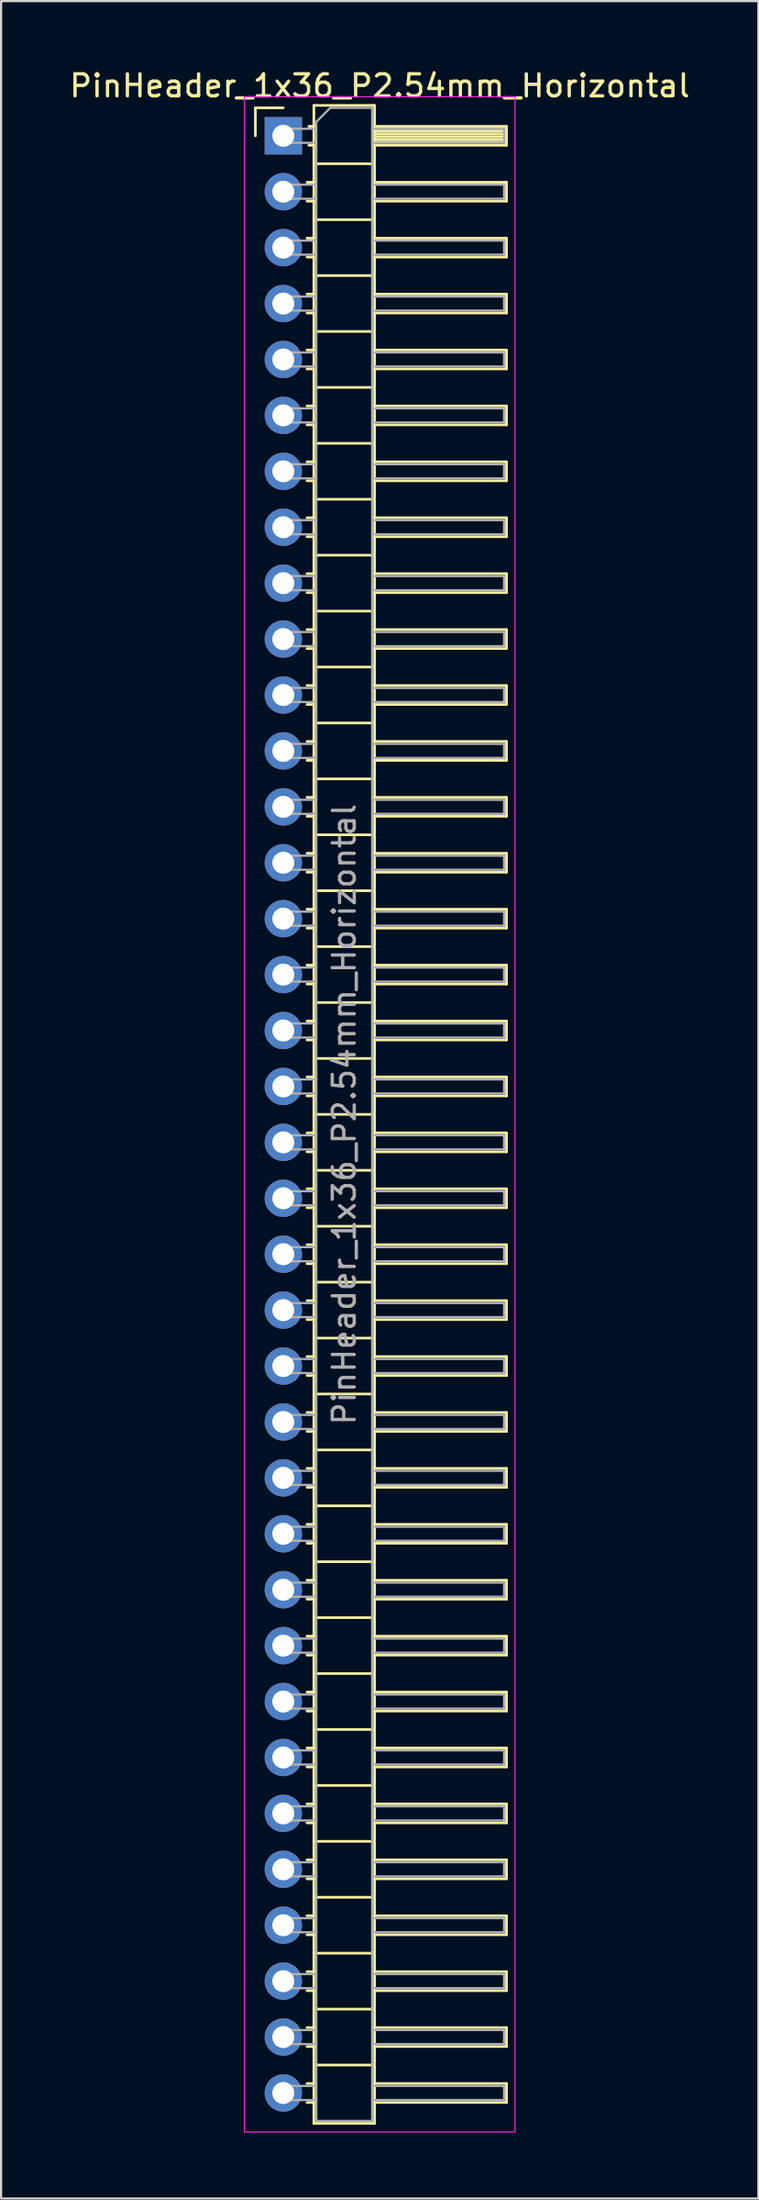
<source format=kicad_pcb>
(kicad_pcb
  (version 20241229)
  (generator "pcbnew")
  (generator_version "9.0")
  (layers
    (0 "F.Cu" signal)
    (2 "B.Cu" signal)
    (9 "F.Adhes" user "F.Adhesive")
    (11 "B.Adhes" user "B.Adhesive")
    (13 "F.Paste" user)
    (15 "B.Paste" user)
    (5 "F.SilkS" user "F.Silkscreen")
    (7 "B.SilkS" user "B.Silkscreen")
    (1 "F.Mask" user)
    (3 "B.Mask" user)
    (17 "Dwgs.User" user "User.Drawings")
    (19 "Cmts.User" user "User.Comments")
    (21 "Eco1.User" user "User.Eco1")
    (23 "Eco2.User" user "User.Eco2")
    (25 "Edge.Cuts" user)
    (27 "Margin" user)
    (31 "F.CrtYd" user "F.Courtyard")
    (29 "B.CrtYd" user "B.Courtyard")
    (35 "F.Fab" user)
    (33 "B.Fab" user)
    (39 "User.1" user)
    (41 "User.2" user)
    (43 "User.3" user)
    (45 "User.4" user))
  (footprint "PinHeader_1x36_P2.54mm_Horizontal"
    (layer "F.Cu")
    (at 9.835 3.118)
    (property "Reference" "PinHeader_1x36_P2.54mm_Horizontal" (at 4.385 -2.27 0) (layer "F.SilkS") (effects (font (size 1 1) (thickness 0.15))))
    (attr through_hole)
    (fp_line (start -1.27 -1.27) (end 0 -1.27) (stroke (width 0.12) (type solid)) (layer "F.SilkS"))
    (fp_line (start -1.27 0) (end -1.27 -1.27) (stroke (width 0.12) (type solid)) (layer "F.SilkS"))
    (fp_line (start 1.077 2.11) (end 1.39 2.11) (stroke (width 0.12) (type solid)) (layer "F.SilkS"))
    (fp_line (start 1.077 2.97) (end 1.39 2.97) (stroke (width 0.12) (type solid)) (layer "F.SilkS"))
    (fp_line (start 1.077 4.65) (end 1.39 4.65) (stroke (width 0.12) (type solid)) (layer "F.SilkS"))
    (fp_line (start 1.077 5.51) (end 1.39 5.51) (stroke (width 0.12) (type solid)) (layer "F.SilkS"))
    (fp_line (start 1.077 7.19) (end 1.39 7.19) (stroke (width 0.12) (type solid)) (layer "F.SilkS"))
    (fp_line (start 1.077 8.05) (end 1.39 8.05) (stroke (width 0.12) (type solid)) (layer "F.SilkS"))
    (fp_line (start 1.077 9.73) (end 1.39 9.73) (stroke (width 0.12) (type solid)) (layer "F.SilkS"))
    (fp_line (start 1.077 10.59) (end 1.39 10.59) (stroke (width 0.12) (type solid)) (layer "F.SilkS"))
    (fp_line (start 1.077 12.27) (end 1.39 12.27) (stroke (width 0.12) (type solid)) (layer "F.SilkS"))
    (fp_line (start 1.077 13.13) (end 1.39 13.13) (stroke (width 0.12) (type solid)) (layer "F.SilkS"))
    (fp_line (start 1.077 14.81) (end 1.39 14.81) (stroke (width 0.12) (type solid)) (layer "F.SilkS"))
    (fp_line (start 1.077 15.67) (end 1.39 15.67) (stroke (width 0.12) (type solid)) (layer "F.SilkS"))
    (fp_line (start 1.077 17.35) (end 1.39 17.35) (stroke (width 0.12) (type solid)) (layer "F.SilkS"))
    (fp_line (start 1.077 18.21) (end 1.39 18.21) (stroke (width 0.12) (type solid)) (layer "F.SilkS"))
    (fp_line (start 1.077 19.89) (end 1.39 19.89) (stroke (width 0.12) (type solid)) (layer "F.SilkS"))
    (fp_line (start 1.077 20.75) (end 1.39 20.75) (stroke (width 0.12) (type solid)) (layer "F.SilkS"))
    (fp_line (start 1.077 22.43) (end 1.39 22.43) (stroke (width 0.12) (type solid)) (layer "F.SilkS"))
    (fp_line (start 1.077 23.29) (end 1.39 23.29) (stroke (width 0.12) (type solid)) (layer "F.SilkS"))
    (fp_line (start 1.077 24.97) (end 1.39 24.97) (stroke (width 0.12) (type solid)) (layer "F.SilkS"))
    (fp_line (start 1.077 25.83) (end 1.39 25.83) (stroke (width 0.12) (type solid)) (layer "F.SilkS"))
    (fp_line (start 1.077 27.51) (end 1.39 27.51) (stroke (width 0.12) (type solid)) (layer "F.SilkS"))
    (fp_line (start 1.077 28.37) (end 1.39 28.37) (stroke (width 0.12) (type solid)) (layer "F.SilkS"))
    (fp_line (start 1.077 30.05) (end 1.39 30.05) (stroke (width 0.12) (type solid)) (layer "F.SilkS"))
    (fp_line (start 1.077 30.91) (end 1.39 30.91) (stroke (width 0.12) (type solid)) (layer "F.SilkS"))
    (fp_line (start 1.077 32.59) (end 1.39 32.59) (stroke (width 0.12) (type solid)) (layer "F.SilkS"))
    (fp_line (start 1.077 33.45) (end 1.39 33.45) (stroke (width 0.12) (type solid)) (layer "F.SilkS"))
    (fp_line (start 1.077 35.13) (end 1.39 35.13) (stroke (width 0.12) (type solid)) (layer "F.SilkS"))
    (fp_line (start 1.077 35.99) (end 1.39 35.99) (stroke (width 0.12) (type solid)) (layer "F.SilkS"))
    (fp_line (start 1.077 37.67) (end 1.39 37.67) (stroke (width 0.12) (type solid)) (layer "F.SilkS"))
    (fp_line (start 1.077 38.53) (end 1.39 38.53) (stroke (width 0.12) (type solid)) (layer "F.SilkS"))
    (fp_line (start 1.077 40.21) (end 1.39 40.21) (stroke (width 0.12) (type solid)) (layer "F.SilkS"))
    (fp_line (start 1.077 41.07) (end 1.39 41.07) (stroke (width 0.12) (type solid)) (layer "F.SilkS"))
    (fp_line (start 1.077 42.75) (end 1.39 42.75) (stroke (width 0.12) (type solid)) (layer "F.SilkS"))
    (fp_line (start 1.077 43.61) (end 1.39 43.61) (stroke (width 0.12) (type solid)) (layer "F.SilkS"))
    (fp_line (start 1.077 45.29) (end 1.39 45.29) (stroke (width 0.12) (type solid)) (layer "F.SilkS"))
    (fp_line (start 1.077 46.15) (end 1.39 46.15) (stroke (width 0.12) (type solid)) (layer "F.SilkS"))
    (fp_line (start 1.077 47.83) (end 1.39 47.83) (stroke (width 0.12) (type solid)) (layer "F.SilkS"))
    (fp_line (start 1.077 48.69) (end 1.39 48.69) (stroke (width 0.12) (type solid)) (layer "F.SilkS"))
    (fp_line (start 1.077 50.37) (end 1.39 50.37) (stroke (width 0.12) (type solid)) (layer "F.SilkS"))
    (fp_line (start 1.077 51.23) (end 1.39 51.23) (stroke (width 0.12) (type solid)) (layer "F.SilkS"))
    (fp_line (start 1.077 52.91) (end 1.39 52.91) (stroke (width 0.12) (type solid)) (layer "F.SilkS"))
    (fp_line (start 1.077 53.77) (end 1.39 53.77) (stroke (width 0.12) (type solid)) (layer "F.SilkS"))
    (fp_line (start 1.077 55.45) (end 1.39 55.45) (stroke (width 0.12) (type solid)) (layer "F.SilkS"))
    (fp_line (start 1.077 56.31) (end 1.39 56.31) (stroke (width 0.12) (type solid)) (layer "F.SilkS"))
    (fp_line (start 1.077 57.99) (end 1.39 57.99) (stroke (width 0.12) (type solid)) (layer "F.SilkS"))
    (fp_line (start 1.077 58.85) (end 1.39 58.85) (stroke (width 0.12) (type solid)) (layer "F.SilkS"))
    (fp_line (start 1.077 60.53) (end 1.39 60.53) (stroke (width 0.12) (type solid)) (layer "F.SilkS"))
    (fp_line (start 1.077 61.39) (end 1.39 61.39) (stroke (width 0.12) (type solid)) (layer "F.SilkS"))
    (fp_line (start 1.077 63.07) (end 1.39 63.07) (stroke (width 0.12) (type solid)) (layer "F.SilkS"))
    (fp_line (start 1.077 63.93) (end 1.39 63.93) (stroke (width 0.12) (type solid)) (layer "F.SilkS"))
    (fp_line (start 1.077 65.61) (end 1.39 65.61) (stroke (width 0.12) (type solid)) (layer "F.SilkS"))
    (fp_line (start 1.077 66.47) (end 1.39 66.47) (stroke (width 0.12) (type solid)) (layer "F.SilkS"))
    (fp_line (start 1.077 68.15) (end 1.39 68.15) (stroke (width 0.12) (type solid)) (layer "F.SilkS"))
    (fp_line (start 1.077 69.01) (end 1.39 69.01) (stroke (width 0.12) (type solid)) (layer "F.SilkS"))
    (fp_line (start 1.077 70.69) (end 1.39 70.69) (stroke (width 0.12) (type solid)) (layer "F.SilkS"))
    (fp_line (start 1.077 71.55) (end 1.39 71.55) (stroke (width 0.12) (type solid)) (layer "F.SilkS"))
    (fp_line (start 1.077 73.23) (end 1.39 73.23) (stroke (width 0.12) (type solid)) (layer "F.SilkS"))
    (fp_line (start 1.077 74.09) (end 1.39 74.09) (stroke (width 0.12) (type solid)) (layer "F.SilkS"))
    (fp_line (start 1.077 75.77) (end 1.39 75.77) (stroke (width 0.12) (type solid)) (layer "F.SilkS"))
    (fp_line (start 1.077 76.63) (end 1.39 76.63) (stroke (width 0.12) (type solid)) (layer "F.SilkS"))
    (fp_line (start 1.077 78.31) (end 1.39 78.31) (stroke (width 0.12) (type solid)) (layer "F.SilkS"))
    (fp_line (start 1.077 79.17) (end 1.39 79.17) (stroke (width 0.12) (type solid)) (layer "F.SilkS"))
    (fp_line (start 1.077 80.85) (end 1.39 80.85) (stroke (width 0.12) (type solid)) (layer "F.SilkS"))
    (fp_line (start 1.077 81.71) (end 1.39 81.71) (stroke (width 0.12) (type solid)) (layer "F.SilkS"))
    (fp_line (start 1.077 83.39) (end 1.39 83.39) (stroke (width 0.12) (type solid)) (layer "F.SilkS"))
    (fp_line (start 1.077 84.25) (end 1.39 84.25) (stroke (width 0.12) (type solid)) (layer "F.SilkS"))
    (fp_line (start 1.077 85.93) (end 1.39 85.93) (stroke (width 0.12) (type solid)) (layer "F.SilkS"))
    (fp_line (start 1.077 86.79) (end 1.39 86.79) (stroke (width 0.12) (type solid)) (layer "F.SilkS"))
    (fp_line (start 1.077 88.47) (end 1.39 88.47) (stroke (width 0.12) (type solid)) (layer "F.SilkS"))
    (fp_line (start 1.077 89.33) (end 1.39 89.33) (stroke (width 0.12) (type solid)) (layer "F.SilkS"))
    (fp_line (start 1.16 -0.43) (end 1.39 -0.43) (stroke (width 0.12) (type solid)) (layer "F.SilkS"))
    (fp_line (start 1.16 0.43) (end 1.39 0.43) (stroke (width 0.12) (type solid)) (layer "F.SilkS"))
    (fp_line (start 1.39 -1.38) (end 1.39 90.28) (stroke (width 0.12) (type solid)) (layer "F.SilkS"))
    (fp_line (start 1.39 1.27) (end 4.15 1.27) (stroke (width 0.12) (type solid)) (layer "F.SilkS"))
    (fp_line (start 1.39 3.81) (end 4.15 3.81) (stroke (width 0.12) (type solid)) (layer "F.SilkS"))
    (fp_line (start 1.39 6.35) (end 4.15 6.35) (stroke (width 0.12) (type solid)) (layer "F.SilkS"))
    (fp_line (start 1.39 8.89) (end 4.15 8.89) (stroke (width 0.12) (type solid)) (layer "F.SilkS"))
    (fp_line (start 1.39 11.43) (end 4.15 11.43) (stroke (width 0.12) (type solid)) (layer "F.SilkS"))
    (fp_line (start 1.39 13.97) (end 4.15 13.97) (stroke (width 0.12) (type solid)) (layer "F.SilkS"))
    (fp_line (start 1.39 16.51) (end 4.15 16.51) (stroke (width 0.12) (type solid)) (layer "F.SilkS"))
    (fp_line (start 1.39 19.05) (end 4.15 19.05) (stroke (width 0.12) (type solid)) (layer "F.SilkS"))
    (fp_line (start 1.39 21.59) (end 4.15 21.59) (stroke (width 0.12) (type solid)) (layer "F.SilkS"))
    (fp_line (start 1.39 24.13) (end 4.15 24.13) (stroke (width 0.12) (type solid)) (layer "F.SilkS"))
    (fp_line (start 1.39 26.67) (end 4.15 26.67) (stroke (width 0.12) (type solid)) (layer "F.SilkS"))
    (fp_line (start 1.39 29.21) (end 4.15 29.21) (stroke (width 0.12) (type solid)) (layer "F.SilkS"))
    (fp_line (start 1.39 31.75) (end 4.15 31.75) (stroke (width 0.12) (type solid)) (layer "F.SilkS"))
    (fp_line (start 1.39 34.29) (end 4.15 34.29) (stroke (width 0.12) (type solid)) (layer "F.SilkS"))
    (fp_line (start 1.39 36.83) (end 4.15 36.83) (stroke (width 0.12) (type solid)) (layer "F.SilkS"))
    (fp_line (start 1.39 39.37) (end 4.15 39.37) (stroke (width 0.12) (type solid)) (layer "F.SilkS"))
    (fp_line (start 1.39 41.91) (end 4.15 41.91) (stroke (width 0.12) (type solid)) (layer "F.SilkS"))
    (fp_line (start 1.39 44.45) (end 4.15 44.45) (stroke (width 0.12) (type solid)) (layer "F.SilkS"))
    (fp_line (start 1.39 46.99) (end 4.15 46.99) (stroke (width 0.12) (type solid)) (layer "F.SilkS"))
    (fp_line (start 1.39 49.53) (end 4.15 49.53) (stroke (width 0.12) (type solid)) (layer "F.SilkS"))
    (fp_line (start 1.39 52.07) (end 4.15 52.07) (stroke (width 0.12) (type solid)) (layer "F.SilkS"))
    (fp_line (start 1.39 54.61) (end 4.15 54.61) (stroke (width 0.12) (type solid)) (layer "F.SilkS"))
    (fp_line (start 1.39 57.15) (end 4.15 57.15) (stroke (width 0.12) (type solid)) (layer "F.SilkS"))
    (fp_line (start 1.39 59.69) (end 4.15 59.69) (stroke (width 0.12) (type solid)) (layer "F.SilkS"))
    (fp_line (start 1.39 62.23) (end 4.15 62.23) (stroke (width 0.12) (type solid)) (layer "F.SilkS"))
    (fp_line (start 1.39 64.77) (end 4.15 64.77) (stroke (width 0.12) (type solid)) (layer "F.SilkS"))
    (fp_line (start 1.39 67.31) (end 4.15 67.31) (stroke (width 0.12) (type solid)) (layer "F.SilkS"))
    (fp_line (start 1.39 69.85) (end 4.15 69.85) (stroke (width 0.12) (type solid)) (layer "F.SilkS"))
    (fp_line (start 1.39 72.39) (end 4.15 72.39) (stroke (width 0.12) (type solid)) (layer "F.SilkS"))
    (fp_line (start 1.39 74.93) (end 4.15 74.93) (stroke (width 0.12) (type solid)) (layer "F.SilkS"))
    (fp_line (start 1.39 77.47) (end 4.15 77.47) (stroke (width 0.12) (type solid)) (layer "F.SilkS"))
    (fp_line (start 1.39 80.01) (end 4.15 80.01) (stroke (width 0.12) (type solid)) (layer "F.SilkS"))
    (fp_line (start 1.39 82.55) (end 4.15 82.55) (stroke (width 0.12) (type solid)) (layer "F.SilkS"))
    (fp_line (start 1.39 85.09) (end 4.15 85.09) (stroke (width 0.12) (type solid)) (layer "F.SilkS"))
    (fp_line (start 1.39 87.63) (end 4.15 87.63) (stroke (width 0.12) (type solid)) (layer "F.SilkS"))
    (fp_line (start 1.39 90.28) (end 4.15 90.28) (stroke (width 0.12) (type solid)) (layer "F.SilkS"))
    (fp_line (start 4.15 -1.38) (end 1.39 -1.38) (stroke (width 0.12) (type solid)) (layer "F.SilkS"))
    (fp_line (start 4.15 -0.43) (end 10.15 -0.43) (stroke (width 0.12) (type solid)) (layer "F.SilkS"))
    (fp_line (start 4.15 -0.32) (end 10.15 -0.32) (stroke (width 0.12) (type solid)) (layer "F.SilkS"))
    (fp_line (start 4.15 -0.2) (end 10.15 -0.2) (stroke (width 0.12) (type solid)) (layer "F.SilkS"))
    (fp_line (start 4.15 -0.08) (end 10.15 -0.08) (stroke (width 0.12) (type solid)) (layer "F.SilkS"))
    (fp_line (start 4.15 0.04) (end 10.15 0.04) (stroke (width 0.12) (type solid)) (layer "F.SilkS"))
    (fp_line (start 4.15 0.16) (end 10.15 0.16) (stroke (width 0.12) (type solid)) (layer "F.SilkS"))
    (fp_line (start 4.15 0.28) (end 10.15 0.28) (stroke (width 0.12) (type solid)) (layer "F.SilkS"))
    (fp_line (start 4.15 2.11) (end 10.15 2.11) (stroke (width 0.12) (type solid)) (layer "F.SilkS"))
    (fp_line (start 4.15 4.65) (end 10.15 4.65) (stroke (width 0.12) (type solid)) (layer "F.SilkS"))
    (fp_line (start 4.15 7.19) (end 10.15 7.19) (stroke (width 0.12) (type solid)) (layer "F.SilkS"))
    (fp_line (start 4.15 9.73) (end 10.15 9.73) (stroke (width 0.12) (type solid)) (layer "F.SilkS"))
    (fp_line (start 4.15 12.27) (end 10.15 12.27) (stroke (width 0.12) (type solid)) (layer "F.SilkS"))
    (fp_line (start 4.15 14.81) (end 10.15 14.81) (stroke (width 0.12) (type solid)) (layer "F.SilkS"))
    (fp_line (start 4.15 17.35) (end 10.15 17.35) (stroke (width 0.12) (type solid)) (layer "F.SilkS"))
    (fp_line (start 4.15 19.89) (end 10.15 19.89) (stroke (width 0.12) (type solid)) (layer "F.SilkS"))
    (fp_line (start 4.15 22.43) (end 10.15 22.43) (stroke (width 0.12) (type solid)) (layer "F.SilkS"))
    (fp_line (start 4.15 24.97) (end 10.15 24.97) (stroke (width 0.12) (type solid)) (layer "F.SilkS"))
    (fp_line (start 4.15 27.51) (end 10.15 27.51) (stroke (width 0.12) (type solid)) (layer "F.SilkS"))
    (fp_line (start 4.15 30.05) (end 10.15 30.05) (stroke (width 0.12) (type solid)) (layer "F.SilkS"))
    (fp_line (start 4.15 32.59) (end 10.15 32.59) (stroke (width 0.12) (type solid)) (layer "F.SilkS"))
    (fp_line (start 4.15 35.13) (end 10.15 35.13) (stroke (width 0.12) (type solid)) (layer "F.SilkS"))
    (fp_line (start 4.15 37.67) (end 10.15 37.67) (stroke (width 0.12) (type solid)) (layer "F.SilkS"))
    (fp_line (start 4.15 40.21) (end 10.15 40.21) (stroke (width 0.12) (type solid)) (layer "F.SilkS"))
    (fp_line (start 4.15 42.75) (end 10.15 42.75) (stroke (width 0.12) (type solid)) (layer "F.SilkS"))
    (fp_line (start 4.15 45.29) (end 10.15 45.29) (stroke (width 0.12) (type solid)) (layer "F.SilkS"))
    (fp_line (start 4.15 47.83) (end 10.15 47.83) (stroke (width 0.12) (type solid)) (layer "F.SilkS"))
    (fp_line (start 4.15 50.37) (end 10.15 50.37) (stroke (width 0.12) (type solid)) (layer "F.SilkS"))
    (fp_line (start 4.15 52.91) (end 10.15 52.91) (stroke (width 0.12) (type solid)) (layer "F.SilkS"))
    (fp_line (start 4.15 55.45) (end 10.15 55.45) (stroke (width 0.12) (type solid)) (layer "F.SilkS"))
    (fp_line (start 4.15 57.99) (end 10.15 57.99) (stroke (width 0.12) (type solid)) (layer "F.SilkS"))
    (fp_line (start 4.15 60.53) (end 10.15 60.53) (stroke (width 0.12) (type solid)) (layer "F.SilkS"))
    (fp_line (start 4.15 63.07) (end 10.15 63.07) (stroke (width 0.12) (type solid)) (layer "F.SilkS"))
    (fp_line (start 4.15 65.61) (end 10.15 65.61) (stroke (width 0.12) (type solid)) (layer "F.SilkS"))
    (fp_line (start 4.15 68.15) (end 10.15 68.15) (stroke (width 0.12) (type solid)) (layer "F.SilkS"))
    (fp_line (start 4.15 70.69) (end 10.15 70.69) (stroke (width 0.12) (type solid)) (layer "F.SilkS"))
    (fp_line (start 4.15 73.23) (end 10.15 73.23) (stroke (width 0.12) (type solid)) (layer "F.SilkS"))
    (fp_line (start 4.15 75.77) (end 10.15 75.77) (stroke (width 0.12) (type solid)) (layer "F.SilkS"))
    (fp_line (start 4.15 78.31) (end 10.15 78.31) (stroke (width 0.12) (type solid)) (layer "F.SilkS"))
    (fp_line (start 4.15 80.85) (end 10.15 80.85) (stroke (width 0.12) (type solid)) (layer "F.SilkS"))
    (fp_line (start 4.15 83.39) (end 10.15 83.39) (stroke (width 0.12) (type solid)) (layer "F.SilkS"))
    (fp_line (start 4.15 85.93) (end 10.15 85.93) (stroke (width 0.12) (type solid)) (layer "F.SilkS"))
    (fp_line (start 4.15 88.47) (end 10.15 88.47) (stroke (width 0.12) (type solid)) (layer "F.SilkS"))
    (fp_line (start 4.15 90.28) (end 4.15 -1.38) (stroke (width 0.12) (type solid)) (layer "F.SilkS"))
    (fp_line (start 10.15 -0.43) (end 10.15 0.43) (stroke (width 0.12) (type solid)) (layer "F.SilkS"))
    (fp_line (start 10.15 0.43) (end 4.15 0.43) (stroke (width 0.12) (type solid)) (layer "F.SilkS"))
    (fp_line (start 10.15 2.11) (end 10.15 2.97) (stroke (width 0.12) (type solid)) (layer "F.SilkS"))
    (fp_line (start 10.15 2.97) (end 4.15 2.97) (stroke (width 0.12) (type solid)) (layer "F.SilkS"))
    (fp_line (start 10.15 4.65) (end 10.15 5.51) (stroke (width 0.12) (type solid)) (layer "F.SilkS"))
    (fp_line (start 10.15 5.51) (end 4.15 5.51) (stroke (width 0.12) (type solid)) (layer "F.SilkS"))
    (fp_line (start 10.15 7.19) (end 10.15 8.05) (stroke (width 0.12) (type solid)) (layer "F.SilkS"))
    (fp_line (start 10.15 8.05) (end 4.15 8.05) (stroke (width 0.12) (type solid)) (layer "F.SilkS"))
    (fp_line (start 10.15 9.73) (end 10.15 10.59) (stroke (width 0.12) (type solid)) (layer "F.SilkS"))
    (fp_line (start 10.15 10.59) (end 4.15 10.59) (stroke (width 0.12) (type solid)) (layer "F.SilkS"))
    (fp_line (start 10.15 12.27) (end 10.15 13.13) (stroke (width 0.12) (type solid)) (layer "F.SilkS"))
    (fp_line (start 10.15 13.13) (end 4.15 13.13) (stroke (width 0.12) (type solid)) (layer "F.SilkS"))
    (fp_line (start 10.15 14.81) (end 10.15 15.67) (stroke (width 0.12) (type solid)) (layer "F.SilkS"))
    (fp_line (start 10.15 15.67) (end 4.15 15.67) (stroke (width 0.12) (type solid)) (layer "F.SilkS"))
    (fp_line (start 10.15 17.35) (end 10.15 18.21) (stroke (width 0.12) (type solid)) (layer "F.SilkS"))
    (fp_line (start 10.15 18.21) (end 4.15 18.21) (stroke (width 0.12) (type solid)) (layer "F.SilkS"))
    (fp_line (start 10.15 19.89) (end 10.15 20.75) (stroke (width 0.12) (type solid)) (layer "F.SilkS"))
    (fp_line (start 10.15 20.75) (end 4.15 20.75) (stroke (width 0.12) (type solid)) (layer "F.SilkS"))
    (fp_line (start 10.15 22.43) (end 10.15 23.29) (stroke (width 0.12) (type solid)) (layer "F.SilkS"))
    (fp_line (start 10.15 23.29) (end 4.15 23.29) (stroke (width 0.12) (type solid)) (layer "F.SilkS"))
    (fp_line (start 10.15 24.97) (end 10.15 25.83) (stroke (width 0.12) (type solid)) (layer "F.SilkS"))
    (fp_line (start 10.15 25.83) (end 4.15 25.83) (stroke (width 0.12) (type solid)) (layer "F.SilkS"))
    (fp_line (start 10.15 27.51) (end 10.15 28.37) (stroke (width 0.12) (type solid)) (layer "F.SilkS"))
    (fp_line (start 10.15 28.37) (end 4.15 28.37) (stroke (width 0.12) (type solid)) (layer "F.SilkS"))
    (fp_line (start 10.15 30.05) (end 10.15 30.91) (stroke (width 0.12) (type solid)) (layer "F.SilkS"))
    (fp_line (start 10.15 30.91) (end 4.15 30.91) (stroke (width 0.12) (type solid)) (layer "F.SilkS"))
    (fp_line (start 10.15 32.59) (end 10.15 33.45) (stroke (width 0.12) (type solid)) (layer "F.SilkS"))
    (fp_line (start 10.15 33.45) (end 4.15 33.45) (stroke (width 0.12) (type solid)) (layer "F.SilkS"))
    (fp_line (start 10.15 35.13) (end 10.15 35.99) (stroke (width 0.12) (type solid)) (layer "F.SilkS"))
    (fp_line (start 10.15 35.99) (end 4.15 35.99) (stroke (width 0.12) (type solid)) (layer "F.SilkS"))
    (fp_line (start 10.15 37.67) (end 10.15 38.53) (stroke (width 0.12) (type solid)) (layer "F.SilkS"))
    (fp_line (start 10.15 38.53) (end 4.15 38.53) (stroke (width 0.12) (type solid)) (layer "F.SilkS"))
    (fp_line (start 10.15 40.21) (end 10.15 41.07) (stroke (width 0.12) (type solid)) (layer "F.SilkS"))
    (fp_line (start 10.15 41.07) (end 4.15 41.07) (stroke (width 0.12) (type solid)) (layer "F.SilkS"))
    (fp_line (start 10.15 42.75) (end 10.15 43.61) (stroke (width 0.12) (type solid)) (layer "F.SilkS"))
    (fp_line (start 10.15 43.61) (end 4.15 43.61) (stroke (width 0.12) (type solid)) (layer "F.SilkS"))
    (fp_line (start 10.15 45.29) (end 10.15 46.15) (stroke (width 0.12) (type solid)) (layer "F.SilkS"))
    (fp_line (start 10.15 46.15) (end 4.15 46.15) (stroke (width 0.12) (type solid)) (layer "F.SilkS"))
    (fp_line (start 10.15 47.83) (end 10.15 48.69) (stroke (width 0.12) (type solid)) (layer "F.SilkS"))
    (fp_line (start 10.15 48.69) (end 4.15 48.69) (stroke (width 0.12) (type solid)) (layer "F.SilkS"))
    (fp_line (start 10.15 50.37) (end 10.15 51.23) (stroke (width 0.12) (type solid)) (layer "F.SilkS"))
    (fp_line (start 10.15 51.23) (end 4.15 51.23) (stroke (width 0.12) (type solid)) (layer "F.SilkS"))
    (fp_line (start 10.15 52.91) (end 10.15 53.77) (stroke (width 0.12) (type solid)) (layer "F.SilkS"))
    (fp_line (start 10.15 53.77) (end 4.15 53.77) (stroke (width 0.12) (type solid)) (layer "F.SilkS"))
    (fp_line (start 10.15 55.45) (end 10.15 56.31) (stroke (width 0.12) (type solid)) (layer "F.SilkS"))
    (fp_line (start 10.15 56.31) (end 4.15 56.31) (stroke (width 0.12) (type solid)) (layer "F.SilkS"))
    (fp_line (start 10.15 57.99) (end 10.15 58.85) (stroke (width 0.12) (type solid)) (layer "F.SilkS"))
    (fp_line (start 10.15 58.85) (end 4.15 58.85) (stroke (width 0.12) (type solid)) (layer "F.SilkS"))
    (fp_line (start 10.15 60.53) (end 10.15 61.39) (stroke (width 0.12) (type solid)) (layer "F.SilkS"))
    (fp_line (start 10.15 61.39) (end 4.15 61.39) (stroke (width 0.12) (type solid)) (layer "F.SilkS"))
    (fp_line (start 10.15 63.07) (end 10.15 63.93) (stroke (width 0.12) (type solid)) (layer "F.SilkS"))
    (fp_line (start 10.15 63.93) (end 4.15 63.93) (stroke (width 0.12) (type solid)) (layer "F.SilkS"))
    (fp_line (start 10.15 65.61) (end 10.15 66.47) (stroke (width 0.12) (type solid)) (layer "F.SilkS"))
    (fp_line (start 10.15 66.47) (end 4.15 66.47) (stroke (width 0.12) (type solid)) (layer "F.SilkS"))
    (fp_line (start 10.15 68.15) (end 10.15 69.01) (stroke (width 0.12) (type solid)) (layer "F.SilkS"))
    (fp_line (start 10.15 69.01) (end 4.15 69.01) (stroke (width 0.12) (type solid)) (layer "F.SilkS"))
    (fp_line (start 10.15 70.69) (end 10.15 71.55) (stroke (width 0.12) (type solid)) (layer "F.SilkS"))
    (fp_line (start 10.15 71.55) (end 4.15 71.55) (stroke (width 0.12) (type solid)) (layer "F.SilkS"))
    (fp_line (start 10.15 73.23) (end 10.15 74.09) (stroke (width 0.12) (type solid)) (layer "F.SilkS"))
    (fp_line (start 10.15 74.09) (end 4.15 74.09) (stroke (width 0.12) (type solid)) (layer "F.SilkS"))
    (fp_line (start 10.15 75.77) (end 10.15 76.63) (stroke (width 0.12) (type solid)) (layer "F.SilkS"))
    (fp_line (start 10.15 76.63) (end 4.15 76.63) (stroke (width 0.12) (type solid)) (layer "F.SilkS"))
    (fp_line (start 10.15 78.31) (end 10.15 79.17) (stroke (width 0.12) (type solid)) (layer "F.SilkS"))
    (fp_line (start 10.15 79.17) (end 4.15 79.17) (stroke (width 0.12) (type solid)) (layer "F.SilkS"))
    (fp_line (start 10.15 80.85) (end 10.15 81.71) (stroke (width 0.12) (type solid)) (layer "F.SilkS"))
    (fp_line (start 10.15 81.71) (end 4.15 81.71) (stroke (width 0.12) (type solid)) (layer "F.SilkS"))
    (fp_line (start 10.15 83.39) (end 10.15 84.25) (stroke (width 0.12) (type solid)) (layer "F.SilkS"))
    (fp_line (start 10.15 84.25) (end 4.15 84.25) (stroke (width 0.12) (type solid)) (layer "F.SilkS"))
    (fp_line (start 10.15 85.93) (end 10.15 86.79) (stroke (width 0.12) (type solid)) (layer "F.SilkS"))
    (fp_line (start 10.15 86.79) (end 4.15 86.79) (stroke (width 0.12) (type solid)) (layer "F.SilkS"))
    (fp_line (start 10.15 88.47) (end 10.15 89.33) (stroke (width 0.12) (type solid)) (layer "F.SilkS"))
    (fp_line (start 10.15 89.33) (end 4.15 89.33) (stroke (width 0.12) (type solid)) (layer "F.SilkS"))
    (fp_line (start -1.77 -1.77) (end -1.77 90.67) (stroke (width 0.05) (type solid)) (layer "F.CrtYd"))
    (fp_line (start -1.77 90.67) (end 10.54 90.67) (stroke (width 0.05) (type solid)) (layer "F.CrtYd"))
    (fp_line (start 10.54 -1.77) (end -1.77 -1.77) (stroke (width 0.05) (type solid)) (layer "F.CrtYd"))
    (fp_line (start 10.54 90.67) (end 10.54 -1.77) (stroke (width 0.05) (type solid)) (layer "F.CrtYd"))
    (fp_line (start -0.32 -0.32) (end -0.32 0.32) (stroke (width 0.1) (type solid)) (layer "F.Fab"))
    (fp_line (start -0.32 -0.32) (end 1.5 -0.32) (stroke (width 0.1) (type solid)) (layer "F.Fab"))
    (fp_line (start -0.32 0.32) (end 1.5 0.32) (stroke (width 0.1) (type solid)) (layer "F.Fab"))
    (fp_line (start -0.32 2.22) (end -0.32 2.86) (stroke (width 0.1) (type solid)) (layer "F.Fab"))
    (fp_line (start -0.32 2.22) (end 1.5 2.22) (stroke (width 0.1) (type solid)) (layer "F.Fab"))
    (fp_line (start -0.32 2.86) (end 1.5 2.86) (stroke (width 0.1) (type solid)) (layer "F.Fab"))
    (fp_line (start -0.32 4.76) (end -0.32 5.4) (stroke (width 0.1) (type solid)) (layer "F.Fab"))
    (fp_line (start -0.32 4.76) (end 1.5 4.76) (stroke (width 0.1) (type solid)) (layer "F.Fab"))
    (fp_line (start -0.32 5.4) (end 1.5 5.4) (stroke (width 0.1) (type solid)) (layer "F.Fab"))
    (fp_line (start -0.32 7.3) (end -0.32 7.94) (stroke (width 0.1) (type solid)) (layer "F.Fab"))
    (fp_line (start -0.32 7.3) (end 1.5 7.3) (stroke (width 0.1) (type solid)) (layer "F.Fab"))
    (fp_line (start -0.32 7.94) (end 1.5 7.94) (stroke (width 0.1) (type solid)) (layer "F.Fab"))
    (fp_line (start -0.32 9.84) (end -0.32 10.48) (stroke (width 0.1) (type solid)) (layer "F.Fab"))
    (fp_line (start -0.32 9.84) (end 1.5 9.84) (stroke (width 0.1) (type solid)) (layer "F.Fab"))
    (fp_line (start -0.32 10.48) (end 1.5 10.48) (stroke (width 0.1) (type solid)) (layer "F.Fab"))
    (fp_line (start -0.32 12.38) (end -0.32 13.02) (stroke (width 0.1) (type solid)) (layer "F.Fab"))
    (fp_line (start -0.32 12.38) (end 1.5 12.38) (stroke (width 0.1) (type solid)) (layer "F.Fab"))
    (fp_line (start -0.32 13.02) (end 1.5 13.02) (stroke (width 0.1) (type solid)) (layer "F.Fab"))
    (fp_line (start -0.32 14.92) (end -0.32 15.56) (stroke (width 0.1) (type solid)) (layer "F.Fab"))
    (fp_line (start -0.32 14.92) (end 1.5 14.92) (stroke (width 0.1) (type solid)) (layer "F.Fab"))
    (fp_line (start -0.32 15.56) (end 1.5 15.56) (stroke (width 0.1) (type solid)) (layer "F.Fab"))
    (fp_line (start -0.32 17.46) (end -0.32 18.1) (stroke (width 0.1) (type solid)) (layer "F.Fab"))
    (fp_line (start -0.32 17.46) (end 1.5 17.46) (stroke (width 0.1) (type solid)) (layer "F.Fab"))
    (fp_line (start -0.32 18.1) (end 1.5 18.1) (stroke (width 0.1) (type solid)) (layer "F.Fab"))
    (fp_line (start -0.32 20) (end -0.32 20.64) (stroke (width 0.1) (type solid)) (layer "F.Fab"))
    (fp_line (start -0.32 20) (end 1.5 20) (stroke (width 0.1) (type solid)) (layer "F.Fab"))
    (fp_line (start -0.32 20.64) (end 1.5 20.64) (stroke (width 0.1) (type solid)) (layer "F.Fab"))
    (fp_line (start -0.32 22.54) (end -0.32 23.18) (stroke (width 0.1) (type solid)) (layer "F.Fab"))
    (fp_line (start -0.32 22.54) (end 1.5 22.54) (stroke (width 0.1) (type solid)) (layer "F.Fab"))
    (fp_line (start -0.32 23.18) (end 1.5 23.18) (stroke (width 0.1) (type solid)) (layer "F.Fab"))
    (fp_line (start -0.32 25.08) (end -0.32 25.72) (stroke (width 0.1) (type solid)) (layer "F.Fab"))
    (fp_line (start -0.32 25.08) (end 1.5 25.08) (stroke (width 0.1) (type solid)) (layer "F.Fab"))
    (fp_line (start -0.32 25.72) (end 1.5 25.72) (stroke (width 0.1) (type solid)) (layer "F.Fab"))
    (fp_line (start -0.32 27.62) (end -0.32 28.26) (stroke (width 0.1) (type solid)) (layer "F.Fab"))
    (fp_line (start -0.32 27.62) (end 1.5 27.62) (stroke (width 0.1) (type solid)) (layer "F.Fab"))
    (fp_line (start -0.32 28.26) (end 1.5 28.26) (stroke (width 0.1) (type solid)) (layer "F.Fab"))
    (fp_line (start -0.32 30.16) (end -0.32 30.8) (stroke (width 0.1) (type solid)) (layer "F.Fab"))
    (fp_line (start -0.32 30.16) (end 1.5 30.16) (stroke (width 0.1) (type solid)) (layer "F.Fab"))
    (fp_line (start -0.32 30.8) (end 1.5 30.8) (stroke (width 0.1) (type solid)) (layer "F.Fab"))
    (fp_line (start -0.32 32.7) (end -0.32 33.34) (stroke (width 0.1) (type solid)) (layer "F.Fab"))
    (fp_line (start -0.32 32.7) (end 1.5 32.7) (stroke (width 0.1) (type solid)) (layer "F.Fab"))
    (fp_line (start -0.32 33.34) (end 1.5 33.34) (stroke (width 0.1) (type solid)) (layer "F.Fab"))
    (fp_line (start -0.32 35.24) (end -0.32 35.88) (stroke (width 0.1) (type solid)) (layer "F.Fab"))
    (fp_line (start -0.32 35.24) (end 1.5 35.24) (stroke (width 0.1) (type solid)) (layer "F.Fab"))
    (fp_line (start -0.32 35.88) (end 1.5 35.88) (stroke (width 0.1) (type solid)) (layer "F.Fab"))
    (fp_line (start -0.32 37.78) (end -0.32 38.42) (stroke (width 0.1) (type solid)) (layer "F.Fab"))
    (fp_line (start -0.32 37.78) (end 1.5 37.78) (stroke (width 0.1) (type solid)) (layer "F.Fab"))
    (fp_line (start -0.32 38.42) (end 1.5 38.42) (stroke (width 0.1) (type solid)) (layer "F.Fab"))
    (fp_line (start -0.32 40.32) (end -0.32 40.96) (stroke (width 0.1) (type solid)) (layer "F.Fab"))
    (fp_line (start -0.32 40.32) (end 1.5 40.32) (stroke (width 0.1) (type solid)) (layer "F.Fab"))
    (fp_line (start -0.32 40.96) (end 1.5 40.96) (stroke (width 0.1) (type solid)) (layer "F.Fab"))
    (fp_line (start -0.32 42.86) (end -0.32 43.5) (stroke (width 0.1) (type solid)) (layer "F.Fab"))
    (fp_line (start -0.32 42.86) (end 1.5 42.86) (stroke (width 0.1) (type solid)) (layer "F.Fab"))
    (fp_line (start -0.32 43.5) (end 1.5 43.5) (stroke (width 0.1) (type solid)) (layer "F.Fab"))
    (fp_line (start -0.32 45.4) (end -0.32 46.04) (stroke (width 0.1) (type solid)) (layer "F.Fab"))
    (fp_line (start -0.32 45.4) (end 1.5 45.4) (stroke (width 0.1) (type solid)) (layer "F.Fab"))
    (fp_line (start -0.32 46.04) (end 1.5 46.04) (stroke (width 0.1) (type solid)) (layer "F.Fab"))
    (fp_line (start -0.32 47.94) (end -0.32 48.58) (stroke (width 0.1) (type solid)) (layer "F.Fab"))
    (fp_line (start -0.32 47.94) (end 1.5 47.94) (stroke (width 0.1) (type solid)) (layer "F.Fab"))
    (fp_line (start -0.32 48.58) (end 1.5 48.58) (stroke (width 0.1) (type solid)) (layer "F.Fab"))
    (fp_line (start -0.32 50.48) (end -0.32 51.12) (stroke (width 0.1) (type solid)) (layer "F.Fab"))
    (fp_line (start -0.32 50.48) (end 1.5 50.48) (stroke (width 0.1) (type solid)) (layer "F.Fab"))
    (fp_line (start -0.32 51.12) (end 1.5 51.12) (stroke (width 0.1) (type solid)) (layer "F.Fab"))
    (fp_line (start -0.32 53.02) (end -0.32 53.66) (stroke (width 0.1) (type solid)) (layer "F.Fab"))
    (fp_line (start -0.32 53.02) (end 1.5 53.02) (stroke (width 0.1) (type solid)) (layer "F.Fab"))
    (fp_line (start -0.32 53.66) (end 1.5 53.66) (stroke (width 0.1) (type solid)) (layer "F.Fab"))
    (fp_line (start -0.32 55.56) (end -0.32 56.2) (stroke (width 0.1) (type solid)) (layer "F.Fab"))
    (fp_line (start -0.32 55.56) (end 1.5 55.56) (stroke (width 0.1) (type solid)) (layer "F.Fab"))
    (fp_line (start -0.32 56.2) (end 1.5 56.2) (stroke (width 0.1) (type solid)) (layer "F.Fab"))
    (fp_line (start -0.32 58.1) (end -0.32 58.74) (stroke (width 0.1) (type solid)) (layer "F.Fab"))
    (fp_line (start -0.32 58.1) (end 1.5 58.1) (stroke (width 0.1) (type solid)) (layer "F.Fab"))
    (fp_line (start -0.32 58.74) (end 1.5 58.74) (stroke (width 0.1) (type solid)) (layer "F.Fab"))
    (fp_line (start -0.32 60.64) (end -0.32 61.28) (stroke (width 0.1) (type solid)) (layer "F.Fab"))
    (fp_line (start -0.32 60.64) (end 1.5 60.64) (stroke (width 0.1) (type solid)) (layer "F.Fab"))
    (fp_line (start -0.32 61.28) (end 1.5 61.28) (stroke (width 0.1) (type solid)) (layer "F.Fab"))
    (fp_line (start -0.32 63.18) (end -0.32 63.82) (stroke (width 0.1) (type solid)) (layer "F.Fab"))
    (fp_line (start -0.32 63.18) (end 1.5 63.18) (stroke (width 0.1) (type solid)) (layer "F.Fab"))
    (fp_line (start -0.32 63.82) (end 1.5 63.82) (stroke (width 0.1) (type solid)) (layer "F.Fab"))
    (fp_line (start -0.32 65.72) (end -0.32 66.36) (stroke (width 0.1) (type solid)) (layer "F.Fab"))
    (fp_line (start -0.32 65.72) (end 1.5 65.72) (stroke (width 0.1) (type solid)) (layer "F.Fab"))
    (fp_line (start -0.32 66.36) (end 1.5 66.36) (stroke (width 0.1) (type solid)) (layer "F.Fab"))
    (fp_line (start -0.32 68.26) (end -0.32 68.9) (stroke (width 0.1) (type solid)) (layer "F.Fab"))
    (fp_line (start -0.32 68.26) (end 1.5 68.26) (stroke (width 0.1) (type solid)) (layer "F.Fab"))
    (fp_line (start -0.32 68.9) (end 1.5 68.9) (stroke (width 0.1) (type solid)) (layer "F.Fab"))
    (fp_line (start -0.32 70.8) (end -0.32 71.44) (stroke (width 0.1) (type solid)) (layer "F.Fab"))
    (fp_line (start -0.32 70.8) (end 1.5 70.8) (stroke (width 0.1) (type solid)) (layer "F.Fab"))
    (fp_line (start -0.32 71.44) (end 1.5 71.44) (stroke (width 0.1) (type solid)) (layer "F.Fab"))
    (fp_line (start -0.32 73.34) (end -0.32 73.98) (stroke (width 0.1) (type solid)) (layer "F.Fab"))
    (fp_line (start -0.32 73.34) (end 1.5 73.34) (stroke (width 0.1) (type solid)) (layer "F.Fab"))
    (fp_line (start -0.32 73.98) (end 1.5 73.98) (stroke (width 0.1) (type solid)) (layer "F.Fab"))
    (fp_line (start -0.32 75.88) (end -0.32 76.52) (stroke (width 0.1) (type solid)) (layer "F.Fab"))
    (fp_line (start -0.32 75.88) (end 1.5 75.88) (stroke (width 0.1) (type solid)) (layer "F.Fab"))
    (fp_line (start -0.32 76.52) (end 1.5 76.52) (stroke (width 0.1) (type solid)) (layer "F.Fab"))
    (fp_line (start -0.32 78.42) (end -0.32 79.06) (stroke (width 0.1) (type solid)) (layer "F.Fab"))
    (fp_line (start -0.32 78.42) (end 1.5 78.42) (stroke (width 0.1) (type solid)) (layer "F.Fab"))
    (fp_line (start -0.32 79.06) (end 1.5 79.06) (stroke (width 0.1) (type solid)) (layer "F.Fab"))
    (fp_line (start -0.32 80.96) (end -0.32 81.6) (stroke (width 0.1) (type solid)) (layer "F.Fab"))
    (fp_line (start -0.32 80.96) (end 1.5 80.96) (stroke (width 0.1) (type solid)) (layer "F.Fab"))
    (fp_line (start -0.32 81.6) (end 1.5 81.6) (stroke (width 0.1) (type solid)) (layer "F.Fab"))
    (fp_line (start -0.32 83.5) (end -0.32 84.14) (stroke (width 0.1) (type solid)) (layer "F.Fab"))
    (fp_line (start -0.32 83.5) (end 1.5 83.5) (stroke (width 0.1) (type solid)) (layer "F.Fab"))
    (fp_line (start -0.32 84.14) (end 1.5 84.14) (stroke (width 0.1) (type solid)) (layer "F.Fab"))
    (fp_line (start -0.32 86.04) (end -0.32 86.68) (stroke (width 0.1) (type solid)) (layer "F.Fab"))
    (fp_line (start -0.32 86.04) (end 1.5 86.04) (stroke (width 0.1) (type solid)) (layer "F.Fab"))
    (fp_line (start -0.32 86.68) (end 1.5 86.68) (stroke (width 0.1) (type solid)) (layer "F.Fab"))
    (fp_line (start -0.32 88.58) (end -0.32 89.22) (stroke (width 0.1) (type solid)) (layer "F.Fab"))
    (fp_line (start -0.32 88.58) (end 1.5 88.58) (stroke (width 0.1) (type solid)) (layer "F.Fab"))
    (fp_line (start -0.32 89.22) (end 1.5 89.22) (stroke (width 0.1) (type solid)) (layer "F.Fab"))
    (fp_line (start 1.5 -0.635) (end 2.135 -1.27) (stroke (width 0.1) (type solid)) (layer "F.Fab"))
    (fp_line (start 1.5 90.17) (end 1.5 -0.635) (stroke (width 0.1) (type solid)) (layer "F.Fab"))
    (fp_line (start 2.135 -1.27) (end 4.04 -1.27) (stroke (width 0.1) (type solid)) (layer "F.Fab"))
    (fp_line (start 4.04 -1.27) (end 4.04 90.17) (stroke (width 0.1) (type solid)) (layer "F.Fab"))
    (fp_line (start 4.04 -0.32) (end 10.04 -0.32) (stroke (width 0.1) (type solid)) (layer "F.Fab"))
    (fp_line (start 4.04 0.32) (end 10.04 0.32) (stroke (width 0.1) (type solid)) (layer "F.Fab"))
    (fp_line (start 4.04 2.22) (end 10.04 2.22) (stroke (width 0.1) (type solid)) (layer "F.Fab"))
    (fp_line (start 4.04 2.86) (end 10.04 2.86) (stroke (width 0.1) (type solid)) (layer "F.Fab"))
    (fp_line (start 4.04 4.76) (end 10.04 4.76) (stroke (width 0.1) (type solid)) (layer "F.Fab"))
    (fp_line (start 4.04 5.4) (end 10.04 5.4) (stroke (width 0.1) (type solid)) (layer "F.Fab"))
    (fp_line (start 4.04 7.3) (end 10.04 7.3) (stroke (width 0.1) (type solid)) (layer "F.Fab"))
    (fp_line (start 4.04 7.94) (end 10.04 7.94) (stroke (width 0.1) (type solid)) (layer "F.Fab"))
    (fp_line (start 4.04 9.84) (end 10.04 9.84) (stroke (width 0.1) (type solid)) (layer "F.Fab"))
    (fp_line (start 4.04 10.48) (end 10.04 10.48) (stroke (width 0.1) (type solid)) (layer "F.Fab"))
    (fp_line (start 4.04 12.38) (end 10.04 12.38) (stroke (width 0.1) (type solid)) (layer "F.Fab"))
    (fp_line (start 4.04 13.02) (end 10.04 13.02) (stroke (width 0.1) (type solid)) (layer "F.Fab"))
    (fp_line (start 4.04 14.92) (end 10.04 14.92) (stroke (width 0.1) (type solid)) (layer "F.Fab"))
    (fp_line (start 4.04 15.56) (end 10.04 15.56) (stroke (width 0.1) (type solid)) (layer "F.Fab"))
    (fp_line (start 4.04 17.46) (end 10.04 17.46) (stroke (width 0.1) (type solid)) (layer "F.Fab"))
    (fp_line (start 4.04 18.1) (end 10.04 18.1) (stroke (width 0.1) (type solid)) (layer "F.Fab"))
    (fp_line (start 4.04 20) (end 10.04 20) (stroke (width 0.1) (type solid)) (layer "F.Fab"))
    (fp_line (start 4.04 20.64) (end 10.04 20.64) (stroke (width 0.1) (type solid)) (layer "F.Fab"))
    (fp_line (start 4.04 22.54) (end 10.04 22.54) (stroke (width 0.1) (type solid)) (layer "F.Fab"))
    (fp_line (start 4.04 23.18) (end 10.04 23.18) (stroke (width 0.1) (type solid)) (layer "F.Fab"))
    (fp_line (start 4.04 25.08) (end 10.04 25.08) (stroke (width 0.1) (type solid)) (layer "F.Fab"))
    (fp_line (start 4.04 25.72) (end 10.04 25.72) (stroke (width 0.1) (type solid)) (layer "F.Fab"))
    (fp_line (start 4.04 27.62) (end 10.04 27.62) (stroke (width 0.1) (type solid)) (layer "F.Fab"))
    (fp_line (start 4.04 28.26) (end 10.04 28.26) (stroke (width 0.1) (type solid)) (layer "F.Fab"))
    (fp_line (start 4.04 30.16) (end 10.04 30.16) (stroke (width 0.1) (type solid)) (layer "F.Fab"))
    (fp_line (start 4.04 30.8) (end 10.04 30.8) (stroke (width 0.1) (type solid)) (layer "F.Fab"))
    (fp_line (start 4.04 32.7) (end 10.04 32.7) (stroke (width 0.1) (type solid)) (layer "F.Fab"))
    (fp_line (start 4.04 33.34) (end 10.04 33.34) (stroke (width 0.1) (type solid)) (layer "F.Fab"))
    (fp_line (start 4.04 35.24) (end 10.04 35.24) (stroke (width 0.1) (type solid)) (layer "F.Fab"))
    (fp_line (start 4.04 35.88) (end 10.04 35.88) (stroke (width 0.1) (type solid)) (layer "F.Fab"))
    (fp_line (start 4.04 37.78) (end 10.04 37.78) (stroke (width 0.1) (type solid)) (layer "F.Fab"))
    (fp_line (start 4.04 38.42) (end 10.04 38.42) (stroke (width 0.1) (type solid)) (layer "F.Fab"))
    (fp_line (start 4.04 40.32) (end 10.04 40.32) (stroke (width 0.1) (type solid)) (layer "F.Fab"))
    (fp_line (start 4.04 40.96) (end 10.04 40.96) (stroke (width 0.1) (type solid)) (layer "F.Fab"))
    (fp_line (start 4.04 42.86) (end 10.04 42.86) (stroke (width 0.1) (type solid)) (layer "F.Fab"))
    (fp_line (start 4.04 43.5) (end 10.04 43.5) (stroke (width 0.1) (type solid)) (layer "F.Fab"))
    (fp_line (start 4.04 45.4) (end 10.04 45.4) (stroke (width 0.1) (type solid)) (layer "F.Fab"))
    (fp_line (start 4.04 46.04) (end 10.04 46.04) (stroke (width 0.1) (type solid)) (layer "F.Fab"))
    (fp_line (start 4.04 47.94) (end 10.04 47.94) (stroke (width 0.1) (type solid)) (layer "F.Fab"))
    (fp_line (start 4.04 48.58) (end 10.04 48.58) (stroke (width 0.1) (type solid)) (layer "F.Fab"))
    (fp_line (start 4.04 50.48) (end 10.04 50.48) (stroke (width 0.1) (type solid)) (layer "F.Fab"))
    (fp_line (start 4.04 51.12) (end 10.04 51.12) (stroke (width 0.1) (type solid)) (layer "F.Fab"))
    (fp_line (start 4.04 53.02) (end 10.04 53.02) (stroke (width 0.1) (type solid)) (layer "F.Fab"))
    (fp_line (start 4.04 53.66) (end 10.04 53.66) (stroke (width 0.1) (type solid)) (layer "F.Fab"))
    (fp_line (start 4.04 55.56) (end 10.04 55.56) (stroke (width 0.1) (type solid)) (layer "F.Fab"))
    (fp_line (start 4.04 56.2) (end 10.04 56.2) (stroke (width 0.1) (type solid)) (layer "F.Fab"))
    (fp_line (start 4.04 58.1) (end 10.04 58.1) (stroke (width 0.1) (type solid)) (layer "F.Fab"))
    (fp_line (start 4.04 58.74) (end 10.04 58.74) (stroke (width 0.1) (type solid)) (layer "F.Fab"))
    (fp_line (start 4.04 60.64) (end 10.04 60.64) (stroke (width 0.1) (type solid)) (layer "F.Fab"))
    (fp_line (start 4.04 61.28) (end 10.04 61.28) (stroke (width 0.1) (type solid)) (layer "F.Fab"))
    (fp_line (start 4.04 63.18) (end 10.04 63.18) (stroke (width 0.1) (type solid)) (layer "F.Fab"))
    (fp_line (start 4.04 63.82) (end 10.04 63.82) (stroke (width 0.1) (type solid)) (layer "F.Fab"))
    (fp_line (start 4.04 65.72) (end 10.04 65.72) (stroke (width 0.1) (type solid)) (layer "F.Fab"))
    (fp_line (start 4.04 66.36) (end 10.04 66.36) (stroke (width 0.1) (type solid)) (layer "F.Fab"))
    (fp_line (start 4.04 68.26) (end 10.04 68.26) (stroke (width 0.1) (type solid)) (layer "F.Fab"))
    (fp_line (start 4.04 68.9) (end 10.04 68.9) (stroke (width 0.1) (type solid)) (layer "F.Fab"))
    (fp_line (start 4.04 70.8) (end 10.04 70.8) (stroke (width 0.1) (type solid)) (layer "F.Fab"))
    (fp_line (start 4.04 71.44) (end 10.04 71.44) (stroke (width 0.1) (type solid)) (layer "F.Fab"))
    (fp_line (start 4.04 73.34) (end 10.04 73.34) (stroke (width 0.1) (type solid)) (layer "F.Fab"))
    (fp_line (start 4.04 73.98) (end 10.04 73.98) (stroke (width 0.1) (type solid)) (layer "F.Fab"))
    (fp_line (start 4.04 75.88) (end 10.04 75.88) (stroke (width 0.1) (type solid)) (layer "F.Fab"))
    (fp_line (start 4.04 76.52) (end 10.04 76.52) (stroke (width 0.1) (type solid)) (layer "F.Fab"))
    (fp_line (start 4.04 78.42) (end 10.04 78.42) (stroke (width 0.1) (type solid)) (layer "F.Fab"))
    (fp_line (start 4.04 79.06) (end 10.04 79.06) (stroke (width 0.1) (type solid)) (layer "F.Fab"))
    (fp_line (start 4.04 80.96) (end 10.04 80.96) (stroke (width 0.1) (type solid)) (layer "F.Fab"))
    (fp_line (start 4.04 81.6) (end 10.04 81.6) (stroke (width 0.1) (type solid)) (layer "F.Fab"))
    (fp_line (start 4.04 83.5) (end 10.04 83.5) (stroke (width 0.1) (type solid)) (layer "F.Fab"))
    (fp_line (start 4.04 84.14) (end 10.04 84.14) (stroke (width 0.1) (type solid)) (layer "F.Fab"))
    (fp_line (start 4.04 86.04) (end 10.04 86.04) (stroke (width 0.1) (type solid)) (layer "F.Fab"))
    (fp_line (start 4.04 86.68) (end 10.04 86.68) (stroke (width 0.1) (type solid)) (layer "F.Fab"))
    (fp_line (start 4.04 88.58) (end 10.04 88.58) (stroke (width 0.1) (type solid)) (layer "F.Fab"))
    (fp_line (start 4.04 89.22) (end 10.04 89.22) (stroke (width 0.1) (type solid)) (layer "F.Fab"))
    (fp_line (start 4.04 90.17) (end 1.5 90.17) (stroke (width 0.1) (type solid)) (layer "F.Fab"))
    (fp_line (start 10.04 -0.32) (end 10.04 0.32) (stroke (width 0.1) (type solid)) (layer "F.Fab"))
    (fp_line (start 10.04 2.22) (end 10.04 2.86) (stroke (width 0.1) (type solid)) (layer "F.Fab"))
    (fp_line (start 10.04 4.76) (end 10.04 5.4) (stroke (width 0.1) (type solid)) (layer "F.Fab"))
    (fp_line (start 10.04 7.3) (end 10.04 7.94) (stroke (width 0.1) (type solid)) (layer "F.Fab"))
    (fp_line (start 10.04 9.84) (end 10.04 10.48) (stroke (width 0.1) (type solid)) (layer "F.Fab"))
    (fp_line (start 10.04 12.38) (end 10.04 13.02) (stroke (width 0.1) (type solid)) (layer "F.Fab"))
    (fp_line (start 10.04 14.92) (end 10.04 15.56) (stroke (width 0.1) (type solid)) (layer "F.Fab"))
    (fp_line (start 10.04 17.46) (end 10.04 18.1) (stroke (width 0.1) (type solid)) (layer "F.Fab"))
    (fp_line (start 10.04 20) (end 10.04 20.64) (stroke (width 0.1) (type solid)) (layer "F.Fab"))
    (fp_line (start 10.04 22.54) (end 10.04 23.18) (stroke (width 0.1) (type solid)) (layer "F.Fab"))
    (fp_line (start 10.04 25.08) (end 10.04 25.72) (stroke (width 0.1) (type solid)) (layer "F.Fab"))
    (fp_line (start 10.04 27.62) (end 10.04 28.26) (stroke (width 0.1) (type solid)) (layer "F.Fab"))
    (fp_line (start 10.04 30.16) (end 10.04 30.8) (stroke (width 0.1) (type solid)) (layer "F.Fab"))
    (fp_line (start 10.04 32.7) (end 10.04 33.34) (stroke (width 0.1) (type solid)) (layer "F.Fab"))
    (fp_line (start 10.04 35.24) (end 10.04 35.88) (stroke (width 0.1) (type solid)) (layer "F.Fab"))
    (fp_line (start 10.04 37.78) (end 10.04 38.42) (stroke (width 0.1) (type solid)) (layer "F.Fab"))
    (fp_line (start 10.04 40.32) (end 10.04 40.96) (stroke (width 0.1) (type solid)) (layer "F.Fab"))
    (fp_line (start 10.04 42.86) (end 10.04 43.5) (stroke (width 0.1) (type solid)) (layer "F.Fab"))
    (fp_line (start 10.04 45.4) (end 10.04 46.04) (stroke (width 0.1) (type solid)) (layer "F.Fab"))
    (fp_line (start 10.04 47.94) (end 10.04 48.58) (stroke (width 0.1) (type solid)) (layer "F.Fab"))
    (fp_line (start 10.04 50.48) (end 10.04 51.12) (stroke (width 0.1) (type solid)) (layer "F.Fab"))
    (fp_line (start 10.04 53.02) (end 10.04 53.66) (stroke (width 0.1) (type solid)) (layer "F.Fab"))
    (fp_line (start 10.04 55.56) (end 10.04 56.2) (stroke (width 0.1) (type solid)) (layer "F.Fab"))
    (fp_line (start 10.04 58.1) (end 10.04 58.74) (stroke (width 0.1) (type solid)) (layer "F.Fab"))
    (fp_line (start 10.04 60.64) (end 10.04 61.28) (stroke (width 0.1) (type solid)) (layer "F.Fab"))
    (fp_line (start 10.04 63.18) (end 10.04 63.82) (stroke (width 0.1) (type solid)) (layer "F.Fab"))
    (fp_line (start 10.04 65.72) (end 10.04 66.36) (stroke (width 0.1) (type solid)) (layer "F.Fab"))
    (fp_line (start 10.04 68.26) (end 10.04 68.9) (stroke (width 0.1) (type solid)) (layer "F.Fab"))
    (fp_line (start 10.04 70.8) (end 10.04 71.44) (stroke (width 0.1) (type solid)) (layer "F.Fab"))
    (fp_line (start 10.04 73.34) (end 10.04 73.98) (stroke (width 0.1) (type solid)) (layer "F.Fab"))
    (fp_line (start 10.04 75.88) (end 10.04 76.52) (stroke (width 0.1) (type solid)) (layer "F.Fab"))
    (fp_line (start 10.04 78.42) (end 10.04 79.06) (stroke (width 0.1) (type solid)) (layer "F.Fab"))
    (fp_line (start 10.04 80.96) (end 10.04 81.6) (stroke (width 0.1) (type solid)) (layer "F.Fab"))
    (fp_line (start 10.04 83.5) (end 10.04 84.14) (stroke (width 0.1) (type solid)) (layer "F.Fab"))
    (fp_line (start 10.04 86.04) (end 10.04 86.68) (stroke (width 0.1) (type solid)) (layer "F.Fab"))
    (fp_line (start 10.04 88.58) (end 10.04 89.22) (stroke (width 0.1) (type solid)) (layer "F.Fab"))
    (fp_text user "${REFERENCE}" (at 2.77 44.45 90) (layer "F.Fab") (effects (font (size 1 1) (thickness 0.15))))
    (pad "1" thru_hole rect (at 0 0) (size 1.7 1.7) (drill 1) (layers "*.Cu" "*.Mask"))
    (pad "2" thru_hole circle (at 0 2.54) (size 1.7 1.7) (drill 1) (layers "*.Cu" "*.Mask"))
    (pad "3" thru_hole circle (at 0 5.08) (size 1.7 1.7) (drill 1) (layers "*.Cu" "*.Mask"))
    (pad "4" thru_hole circle (at 0 7.62) (size 1.7 1.7) (drill 1) (layers "*.Cu" "*.Mask"))
    (pad "5" thru_hole circle (at 0 10.16) (size 1.7 1.7) (drill 1) (layers "*.Cu" "*.Mask"))
    (pad "6" thru_hole circle (at 0 12.7) (size 1.7 1.7) (drill 1) (layers "*.Cu" "*.Mask"))
    (pad "7" thru_hole circle (at 0 15.24) (size 1.7 1.7) (drill 1) (layers "*.Cu" "*.Mask"))
    (pad "8" thru_hole circle (at 0 17.78) (size 1.7 1.7) (drill 1) (layers "*.Cu" "*.Mask"))
    (pad "9" thru_hole circle (at 0 20.32) (size 1.7 1.7) (drill 1) (layers "*.Cu" "*.Mask"))
    (pad "10" thru_hole circle (at 0 22.86) (size 1.7 1.7) (drill 1) (layers "*.Cu" "*.Mask"))
    (pad "11" thru_hole circle (at 0 25.4) (size 1.7 1.7) (drill 1) (layers "*.Cu" "*.Mask"))
    (pad "12" thru_hole circle (at 0 27.94) (size 1.7 1.7) (drill 1) (layers "*.Cu" "*.Mask"))
    (pad "13" thru_hole circle (at 0 30.48) (size 1.7 1.7) (drill 1) (layers "*.Cu" "*.Mask"))
    (pad "14" thru_hole circle (at 0 33.02) (size 1.7 1.7) (drill 1) (layers "*.Cu" "*.Mask"))
    (pad "15" thru_hole circle (at 0 35.56) (size 1.7 1.7) (drill 1) (layers "*.Cu" "*.Mask"))
    (pad "16" thru_hole circle (at 0 38.1) (size 1.7 1.7) (drill 1) (layers "*.Cu" "*.Mask"))
    (pad "17" thru_hole circle (at 0 40.64) (size 1.7 1.7) (drill 1) (layers "*.Cu" "*.Mask"))
    (pad "18" thru_hole circle (at 0 43.18) (size 1.7 1.7) (drill 1) (layers "*.Cu" "*.Mask"))
    (pad "19" thru_hole circle (at 0 45.72) (size 1.7 1.7) (drill 1) (layers "*.Cu" "*.Mask"))
    (pad "20" thru_hole circle (at 0 48.26) (size 1.7 1.7) (drill 1) (layers "*.Cu" "*.Mask"))
    (pad "21" thru_hole circle (at 0 50.8) (size 1.7 1.7) (drill 1) (layers "*.Cu" "*.Mask"))
    (pad "22" thru_hole circle (at 0 53.34) (size 1.7 1.7) (drill 1) (layers "*.Cu" "*.Mask"))
    (pad "23" thru_hole circle (at 0 55.88) (size 1.7 1.7) (drill 1) (layers "*.Cu" "*.Mask"))
    (pad "24" thru_hole circle (at 0 58.42) (size 1.7 1.7) (drill 1) (layers "*.Cu" "*.Mask"))
    (pad "25" thru_hole circle (at 0 60.96) (size 1.7 1.7) (drill 1) (layers "*.Cu" "*.Mask"))
    (pad "26" thru_hole circle (at 0 63.5) (size 1.7 1.7) (drill 1) (layers "*.Cu" "*.Mask"))
    (pad "27" thru_hole circle (at 0 66.04) (size 1.7 1.7) (drill 1) (layers "*.Cu" "*.Mask"))
    (pad "28" thru_hole circle (at 0 68.58) (size 1.7 1.7) (drill 1) (layers "*.Cu" "*.Mask"))
    (pad "29" thru_hole circle (at 0 71.12) (size 1.7 1.7) (drill 1) (layers "*.Cu" "*.Mask"))
    (pad "30" thru_hole circle (at 0 73.66) (size 1.7 1.7) (drill 1) (layers "*.Cu" "*.Mask"))
    (pad "31" thru_hole circle (at 0 76.2) (size 1.7 1.7) (drill 1) (layers "*.Cu" "*.Mask"))
    (pad "32" thru_hole circle (at 0 78.74) (size 1.7 1.7) (drill 1) (layers "*.Cu" "*.Mask"))
    (pad "33" thru_hole circle (at 0 81.28) (size 1.7 1.7) (drill 1) (layers "*.Cu" "*.Mask"))
    (pad "34" thru_hole circle (at 0 83.82) (size 1.7 1.7) (drill 1) (layers "*.Cu" "*.Mask"))
    (pad "35" thru_hole circle (at 0 86.36) (size 1.7 1.7) (drill 1) (layers "*.Cu" "*.Mask"))
    (pad "36" thru_hole circle (at 0 88.9) (size 1.7 1.7) (drill 1) (layers "*.Cu" "*.Mask")))
  (gr_rect
    (start -3 -3)
    (end 31.44 96.813)
    (stroke (width 0.1) (type default))
    (fill no)
    (layer "Edge.Cuts")))
</source>
